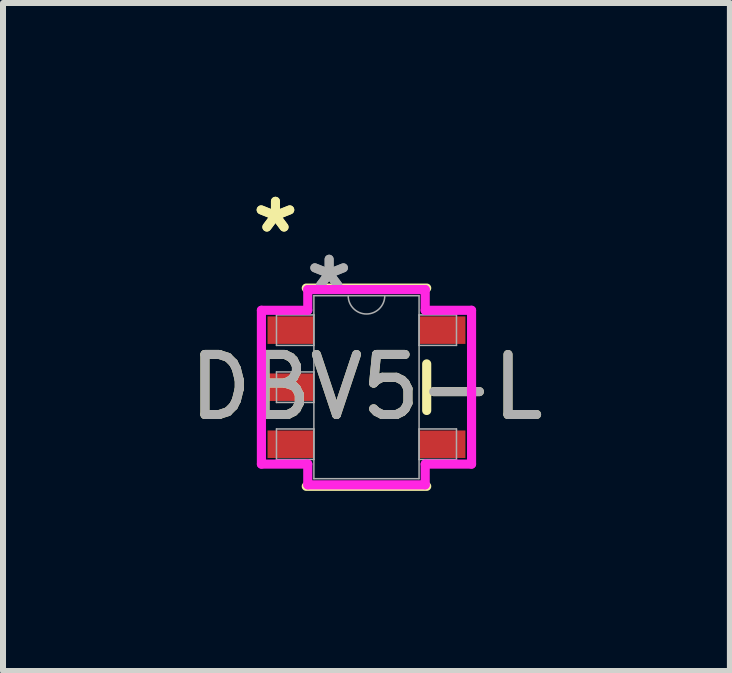
<source format=kicad_pcb>
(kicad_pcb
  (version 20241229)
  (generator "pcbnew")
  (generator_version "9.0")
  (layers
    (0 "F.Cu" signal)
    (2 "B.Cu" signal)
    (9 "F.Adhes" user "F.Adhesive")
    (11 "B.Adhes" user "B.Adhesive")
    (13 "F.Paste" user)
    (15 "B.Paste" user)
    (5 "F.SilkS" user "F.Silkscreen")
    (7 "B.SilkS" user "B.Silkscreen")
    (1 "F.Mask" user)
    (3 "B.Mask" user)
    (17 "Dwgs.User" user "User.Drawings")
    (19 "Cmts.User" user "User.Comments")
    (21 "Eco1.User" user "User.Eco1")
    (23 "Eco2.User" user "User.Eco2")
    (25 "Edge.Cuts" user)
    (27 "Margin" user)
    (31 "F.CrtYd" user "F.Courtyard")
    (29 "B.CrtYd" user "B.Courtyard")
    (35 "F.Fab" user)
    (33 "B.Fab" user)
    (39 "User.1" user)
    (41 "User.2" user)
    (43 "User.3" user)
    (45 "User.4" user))
  (footprint "DBV5-L"
    (layer "F.Cu")
    (at 3.054 3.399)
    (property "Reference" "DBV5-L" (at 0 0 0) (unlocked yes) (layer "F.SilkS") (effects (font (size 1 1) (thickness 0.15))))
    (attr smd)
    (fp_line (start -1.003 1.651) (end 1.003 1.651) (stroke (width 0.152) (type solid)) (layer "F.SilkS"))
    (fp_line (start 1.003 -1.651) (end -1.003 -1.651) (stroke (width 0.152) (type solid)) (layer "F.SilkS"))
    (fp_line (start 1.003 0.388) (end 1.003 -0.388) (stroke (width 0.152) (type solid)) (layer "F.SilkS"))
    (fp_line (start -1.75 -1.281) (end -0.978 -1.281) (stroke (width 0.152) (type solid)) (layer "F.CrtYd"))
    (fp_line (start -1.75 1.281) (end -1.75 -1.281) (stroke (width 0.152) (type solid)) (layer "F.CrtYd"))
    (fp_line (start -0.978 -1.626) (end 0.978 -1.626) (stroke (width 0.152) (type solid)) (layer "F.CrtYd"))
    (fp_line (start -0.978 -1.281) (end -0.978 -1.626) (stroke (width 0.152) (type solid)) (layer "F.CrtYd"))
    (fp_line (start -0.978 1.281) (end -1.75 1.281) (stroke (width 0.152) (type solid)) (layer "F.CrtYd"))
    (fp_line (start -0.978 1.626) (end -0.978 1.281) (stroke (width 0.152) (type solid)) (layer "F.CrtYd"))
    (fp_line (start 0.978 -1.626) (end 0.978 -1.281) (stroke (width 0.152) (type solid)) (layer "F.CrtYd"))
    (fp_line (start 0.978 -1.281) (end 1.75 -1.281) (stroke (width 0.152) (type solid)) (layer "F.CrtYd"))
    (fp_line (start 0.978 1.281) (end 0.978 1.626) (stroke (width 0.152) (type solid)) (layer "F.CrtYd"))
    (fp_line (start 0.978 1.626) (end -0.978 1.626) (stroke (width 0.152) (type solid)) (layer "F.CrtYd"))
    (fp_line (start 1.75 -1.281) (end 1.75 1.281) (stroke (width 0.152) (type solid)) (layer "F.CrtYd"))
    (fp_line (start 1.75 1.281) (end 0.978 1.281) (stroke (width 0.152) (type solid)) (layer "F.CrtYd"))
    (fp_line (start -1.499 -1.204) (end -1.499 -0.696) (stroke (width 0.025) (type solid)) (layer "F.Fab"))
    (fp_line (start -1.499 -0.696) (end -0.876 -0.696) (stroke (width 0.025) (type solid)) (layer "F.Fab"))
    (fp_line (start -1.499 -0.254) (end -1.499 0.254) (stroke (width 0.025) (type solid)) (layer "F.Fab"))
    (fp_line (start -1.499 0.254) (end -0.876 0.254) (stroke (width 0.025) (type solid)) (layer "F.Fab"))
    (fp_line (start -1.499 0.696) (end -1.499 1.204) (stroke (width 0.025) (type solid)) (layer "F.Fab"))
    (fp_line (start -1.499 1.204) (end -0.876 1.204) (stroke (width 0.025) (type solid)) (layer "F.Fab"))
    (fp_line (start -0.876 -1.524) (end -0.876 1.524) (stroke (width 0.025) (type solid)) (layer "F.Fab"))
    (fp_line (start -0.876 -1.204) (end -1.499 -1.204) (stroke (width 0.025) (type solid)) (layer "F.Fab"))
    (fp_line (start -0.876 -0.696) (end -0.876 -1.204) (stroke (width 0.025) (type solid)) (layer "F.Fab"))
    (fp_line (start -0.876 -0.254) (end -1.499 -0.254) (stroke (width 0.025) (type solid)) (layer "F.Fab"))
    (fp_line (start -0.876 0.254) (end -0.876 -0.254) (stroke (width 0.025) (type solid)) (layer "F.Fab"))
    (fp_line (start -0.876 0.696) (end -1.499 0.696) (stroke (width 0.025) (type solid)) (layer "F.Fab"))
    (fp_line (start -0.876 1.204) (end -0.876 0.696) (stroke (width 0.025) (type solid)) (layer "F.Fab"))
    (fp_line (start -0.876 1.524) (end 0.876 1.524) (stroke (width 0.025) (type solid)) (layer "F.Fab"))
    (fp_line (start 0.876 -1.524) (end -0.876 -1.524) (stroke (width 0.025) (type solid)) (layer "F.Fab"))
    (fp_line (start 0.876 -1.204) (end 0.876 -0.696) (stroke (width 0.025) (type solid)) (layer "F.Fab"))
    (fp_line (start 0.876 -0.696) (end 1.499 -0.696) (stroke (width 0.025) (type solid)) (layer "F.Fab"))
    (fp_line (start 0.876 0.696) (end 0.876 1.204) (stroke (width 0.025) (type solid)) (layer "F.Fab"))
    (fp_line (start 0.876 1.204) (end 1.499 1.204) (stroke (width 0.025) (type solid)) (layer "F.Fab"))
    (fp_line (start 0.876 1.524) (end 0.876 -1.524) (stroke (width 0.025) (type solid)) (layer "F.Fab"))
    (fp_line (start 1.499 -1.204) (end 0.876 -1.204) (stroke (width 0.025) (type solid)) (layer "F.Fab"))
    (fp_line (start 1.499 -0.696) (end 1.499 -1.204) (stroke (width 0.025) (type solid)) (layer "F.Fab"))
    (fp_line (start 1.499 0.696) (end 0.876 0.696) (stroke (width 0.025) (type solid)) (layer "F.Fab"))
    (fp_line (start 1.499 1.204) (end 1.499 0.696) (stroke (width 0.025) (type solid)) (layer "F.Fab"))
    (fp_arc (start 0.3048 -1.524) (mid 0 -1.2192) (end -0.3048 -1.524) (stroke (width 0.0254) (type solid)) (layer "F.Fab"))
    (fp_text user "*" (at -1.516 -2.551 0) (unlocked yes) (layer "F.SilkS") (effects (font (size 1 1) (thickness 0.15))))
    (fp_text user "*" (at -1.516 -2.551 0) (layer "F.SilkS") (effects (font (size 1 1) (thickness 0.15))))
    (fp_text user "${REFERENCE}" (at 0 0 0) (unlocked yes) (layer "F.Fab") (effects (font (size 1 1) (thickness 0.15))))
    (fp_text user "*" (at -0.622 -1.586 0) (unlocked yes) (layer "F.Fab") (effects (font (size 1 1) (thickness 0.15))))
    (fp_text user "*" (at -0.622 -1.586 0) (layer "F.Fab") (effects (font (size 1 1) (thickness 0.15))))
    (pad "1" smd rect (at -1.262 -0.95) (size 0.772 0.458) (layers "F.Cu" "F.Mask" "F.Paste"))
    (pad "2" smd rect (at -1.262 0) (size 0.772 0.458) (layers "F.Cu" "F.Mask" "F.Paste"))
    (pad "3" smd rect (at -1.262 0.95) (size 0.772 0.458) (layers "F.Cu" "F.Mask" "F.Paste"))
    (pad "4" smd rect (at 1.262 0.95) (size 0.772 0.458) (layers "F.Cu" "F.Mask" "F.Paste"))
    (pad "5" smd rect (at 1.262 -0.95) (size 0.772 0.458) (layers "F.Cu" "F.Mask" "F.Paste")))
  (gr_rect
    (start -3 -3)
    (end 9.107 8.126)
    (stroke (width 0.1) (type default))
    (fill no)
    (layer "Edge.Cuts")))
</source>
